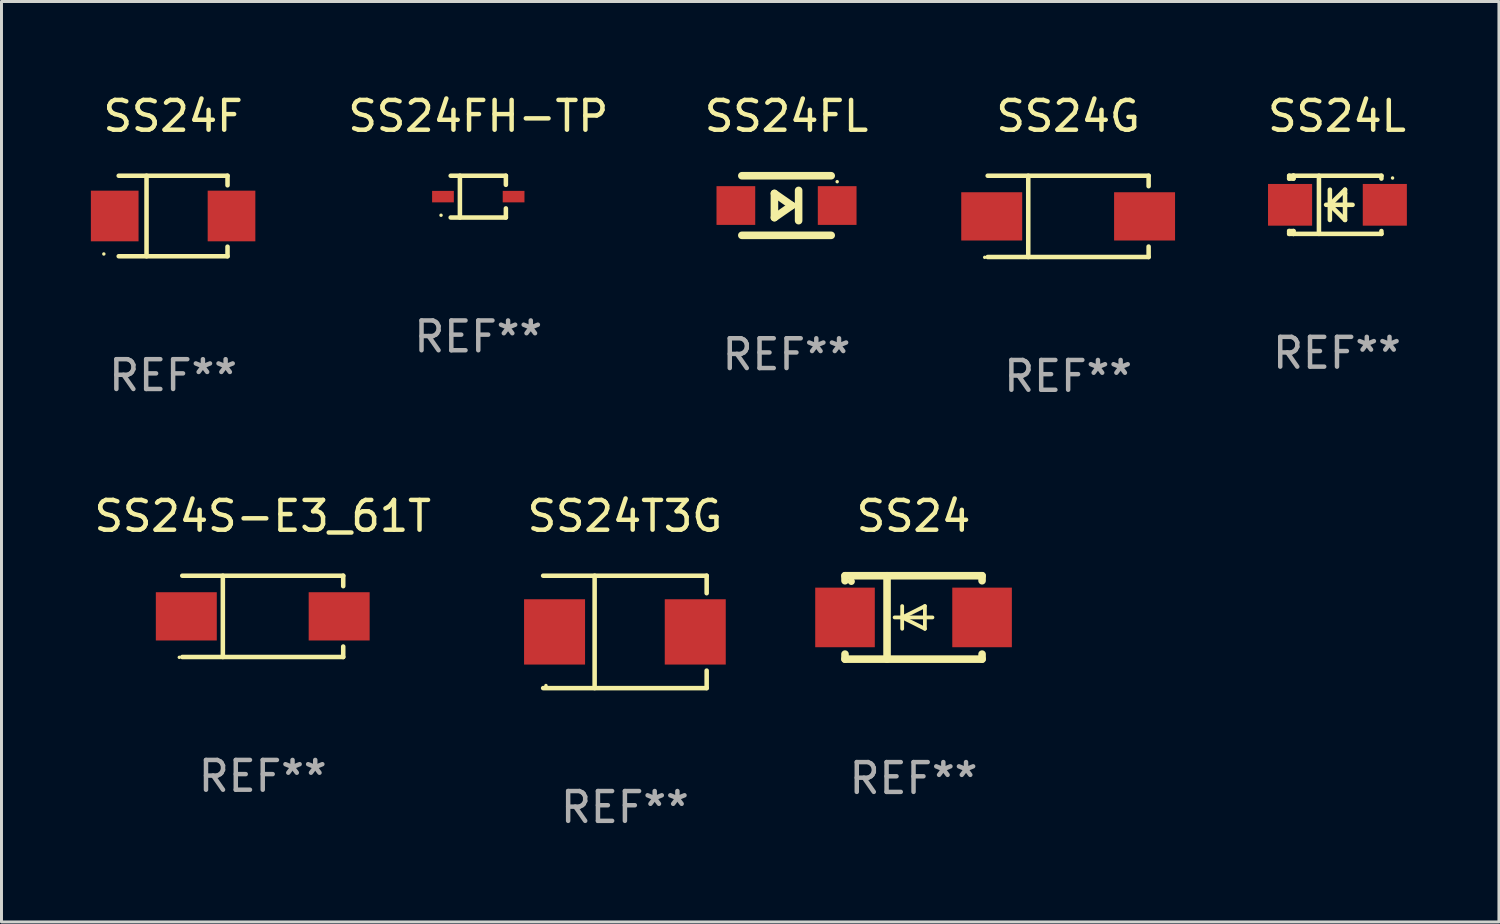
<source format=kicad_pcb>
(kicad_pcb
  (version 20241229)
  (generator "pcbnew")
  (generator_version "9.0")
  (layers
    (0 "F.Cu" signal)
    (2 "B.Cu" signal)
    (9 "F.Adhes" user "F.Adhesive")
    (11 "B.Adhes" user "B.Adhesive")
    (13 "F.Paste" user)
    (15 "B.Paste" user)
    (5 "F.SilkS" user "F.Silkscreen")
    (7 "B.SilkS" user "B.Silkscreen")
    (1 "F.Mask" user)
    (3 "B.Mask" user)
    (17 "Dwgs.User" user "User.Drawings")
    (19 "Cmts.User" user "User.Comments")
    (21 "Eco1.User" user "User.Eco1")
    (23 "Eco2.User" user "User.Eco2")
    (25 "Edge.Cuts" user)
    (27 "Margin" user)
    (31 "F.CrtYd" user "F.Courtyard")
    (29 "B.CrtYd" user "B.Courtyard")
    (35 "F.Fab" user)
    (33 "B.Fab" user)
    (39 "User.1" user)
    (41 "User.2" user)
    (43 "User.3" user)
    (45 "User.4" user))
  (footprint "SS24"
    (layer "F.Cu")
    (at 27.61 17.672)
    (property "Reference" "SS24" (at 0 -3.4 0) (layer "F.SilkS") (effects (font (size 1 1) (thickness 0.15))))
    (attr through_hole)
    (fp_line (start -2.3 -1.4) (end -2.3 -1.231) (stroke (width 0.254) (type solid)) (layer "F.SilkS"))
    (fp_line (start -2.3 -1.4) (end 2.3 -1.4) (stroke (width 0.254) (type solid)) (layer "F.SilkS"))
    (fp_line (start -2.3 1.231) (end -2.3 1.4) (stroke (width 0.254) (type solid)) (layer "F.SilkS"))
    (fp_line (start -2.3 1.4) (end 2.3 1.4) (stroke (width 0.254) (type solid)) (layer "F.SilkS"))
    (fp_line (start -0.889 1.4) (end -0.889 -1.4) (stroke (width 0.254) (type solid)) (layer "F.SilkS"))
    (fp_line (start -0.381 0) (end -0.381 -0.381) (stroke (width 0.127) (type solid)) (layer "F.SilkS"))
    (fp_line (start -0.381 0) (end -0.381 0.381) (stroke (width 0.127) (type solid)) (layer "F.SilkS"))
    (fp_line (start 0.381 -0.381) (end -0.381 0) (stroke (width 0.127) (type solid)) (layer "F.SilkS"))
    (fp_line (start 0.381 0) (end 0.381 -0.381) (stroke (width 0.127) (type solid)) (layer "F.SilkS"))
    (fp_line (start 0.381 0) (end 0.381 0.381) (stroke (width 0.127) (type solid)) (layer "F.SilkS"))
    (fp_line (start 0.381 0.381) (end -0.381 0) (stroke (width 0.127) (type solid)) (layer "F.SilkS"))
    (fp_line (start 0.635 0) (end -0.635 0) (stroke (width 0.127) (type solid)) (layer "F.SilkS"))
    (fp_line (start 2.3 -1.4) (end 2.3 -1.231) (stroke (width 0.254) (type solid)) (layer "F.SilkS"))
    (fp_line (start 2.3 1.231) (end 2.3 1.4) (stroke (width 0.254) (type solid)) (layer "F.SilkS"))
    (fp_circle (center -2.088 -1.208) (end -2.028 -1.208) (stroke (width 0.12) (type solid)) (fill no) (layer "F.SilkS"))
    (fp_text user "REF**" (at 0 5.4 0) (layer "F.Fab") (effects (font (size 1 1) (thickness 0.15))))
    (pad "1" smd rect (at -2.3 0 180) (size 2 2) (layers "F.Cu" "F.Mask" "F.Paste"))
    (pad "2" smd rect (at 2.3 0 180) (size 2 2) (layers "F.Cu" "F.Mask" "F.Paste")))
  (footprint "SS24G"
    (layer "F.Cu")
    (at 32.799 4.212)
    (property "Reference" "SS24G" (at 0 -3.364 0) (layer "F.SilkS") (effects (font (size 1 1) (thickness 0.15))))
    (attr through_hole)
    (fp_line (start -2.701 -1.364) (end 2.701 -1.364) (stroke (width 0.152) (type solid)) (layer "F.SilkS"))
    (fp_line (start -2.701 1.364) (end 2.701 1.364) (stroke (width 0.152) (type solid)) (layer "F.SilkS"))
    (fp_line (start -1.339 -1.364) (end -1.339 1.364) (stroke (width 0.152) (type solid)) (layer "F.SilkS"))
    (fp_line (start 2.701 -1.364) (end 2.701 -1.013) (stroke (width 0.152) (type solid)) (layer "F.SilkS"))
    (fp_line (start 2.701 1.364) (end 2.701 1.013) (stroke (width 0.152) (type solid)) (layer "F.SilkS"))
    (fp_circle (center -2.8 1.375) (end -2.77 1.375) (stroke (width 0.06) (type solid)) (fill no) (layer "F.SilkS"))
    (fp_text user "REF**" (at 0 5.364 0) (layer "F.Fab") (effects (font (size 1 1) (thickness 0.15))))
    (pad "1" smd rect (at -2.565 -0.000025) (size 2.046 1.62) (layers "F.Cu" "F.Mask" "F.Paste"))
    (pad "2" smd rect (at 2.565 -0.000025) (size 2.046 1.62) (layers "F.Cu" "F.Mask" "F.Paste")))
  (footprint "SS24F"
    (layer "F.Cu")
    (at 2.76 4.199)
    (property "Reference" "SS24F" (at 0 -3.351 0) (layer "F.SilkS") (effects (font (size 1 1) (thickness 0.15))))
    (attr through_hole)
    (fp_line (start -1.826 -1.351) (end 1.826 -1.351) (stroke (width 0.152) (type solid)) (layer "F.SilkS"))
    (fp_line (start -1.826 1.351) (end 1.826 1.351) (stroke (width 0.152) (type solid)) (layer "F.SilkS"))
    (fp_line (start -0.892 -1.351) (end -0.892 1.351) (stroke (width 0.152) (type solid)) (layer "F.SilkS"))
    (fp_line (start 1.826 -1.351) (end 1.826 -1.03) (stroke (width 0.152) (type solid)) (layer "F.SilkS"))
    (fp_line (start 1.826 1.03) (end 1.826 1.351) (stroke (width 0.152) (type solid)) (layer "F.SilkS"))
    (fp_circle (center -2.325 1.275) (end -2.295 1.275) (stroke (width 0.06) (type solid)) (fill no) (layer "F.SilkS"))
    (fp_text user "REF**" (at 0 5.351 0) (layer "F.Fab") (effects (font (size 1 1) (thickness 0.15))))
    (pad "1" smd rect (at -1.96 0 180) (size 1.6 1.7) (layers "F.Cu" "F.Mask" "F.Paste"))
    (pad "2" smd rect (at 1.96 0 180) (size 1.6 1.7) (layers "F.Cu" "F.Mask" "F.Paste")))
  (footprint "SS24L"
    (layer "F.Cu")
    (at 41.822 3.824)
    (property "Reference" "SS24L" (at 0 -2.976 0) (layer "F.SilkS") (effects (font (size 1 1) (thickness 0.15))))
    (attr through_hole)
    (fp_line (start -1.605 -0.976) (end -1.461 -0.976) (stroke (width 0.152) (type solid)) (layer "F.SilkS"))
    (fp_line (start -1.605 -0.88) (end -1.605 -0.976) (stroke (width 0.152) (type solid)) (layer "F.SilkS"))
    (fp_line (start -1.605 -0.88) (end -1.461 -0.88) (stroke (width 0.152) (type solid)) (layer "F.SilkS"))
    (fp_line (start -1.605 0.88) (end -1.461 0.88) (stroke (width 0.152) (type solid)) (layer "F.SilkS"))
    (fp_line (start -1.605 0.976) (end -1.605 0.88) (stroke (width 0.152) (type solid)) (layer "F.SilkS"))
    (fp_line (start -1.461 -0.976) (end -1.461 -0.976) (stroke (width 0.152) (type solid)) (layer "F.SilkS"))
    (fp_line (start -1.461 -0.976) (end -1.461 -0.88) (stroke (width 0.152) (type solid)) (layer "F.SilkS"))
    (fp_line (start -1.461 0.88) (end -1.461 0.976) (stroke (width 0.152) (type solid)) (layer "F.SilkS"))
    (fp_line (start -1.461 0.976) (end -1.605 0.976) (stroke (width 0.152) (type solid)) (layer "F.SilkS"))
    (fp_line (start -0.606 0.976) (end -0.606 -0.976) (stroke (width 0.152) (type solid)) (layer "F.SilkS"))
    (fp_line (start -0.239 0.508) (end -0.239 -0.508) (stroke (width 0.152) (type solid)) (layer "F.SilkS"))
    (fp_line (start -0.194 0) (end -0.194 0.045) (stroke (width 0.152) (type solid)) (layer "F.SilkS"))
    (fp_line (start -0.194 0.045) (end 0.269 0.508) (stroke (width 0.152) (type solid)) (layer "F.SilkS"))
    (fp_line (start 0.269 -0.508) (end -0.239 0) (stroke (width 0.152) (type solid)) (layer "F.SilkS"))
    (fp_line (start 0.269 -0.381) (end 0.269 -0.508) (stroke (width 0.152) (type solid)) (layer "F.SilkS"))
    (fp_line (start 0.269 0.508) (end 0.269 -0.381) (stroke (width 0.152) (type solid)) (layer "F.SilkS"))
    (fp_line (start 0.523 0) (end -0.366 0) (stroke (width 0.152) (type solid)) (layer "F.SilkS"))
    (fp_line (start 1.491 -0.976) (end -1.461 -0.976) (stroke (width 0.152) (type solid)) (layer "F.SilkS"))
    (fp_line (start 1.491 -0.88) (end 1.491 -0.976) (stroke (width 0.152) (type solid)) (layer "F.SilkS"))
    (fp_line (start 1.491 0.976) (end -1.461 0.976) (stroke (width 0.152) (type solid)) (layer "F.SilkS"))
    (fp_line (start 1.491 0.976) (end 1.491 0.88) (stroke (width 0.152) (type solid)) (layer "F.SilkS"))
    (fp_circle (center 1.865 -0.9) (end 1.895 -0.9) (stroke (width 0.06) (type solid)) (fill no) (layer "F.SilkS"))
    (fp_text user "REF**" (at 0 4.976 0) (layer "F.Fab") (effects (font (size 1 1) (thickness 0.15))))
    (pad "1" smd rect (at 1.605 0 180) (size 1.48 1.4) (layers "F.Cu" "F.Mask" "F.Paste"))
    (pad "2" smd rect (at -1.575 0 180) (size 1.48 1.4) (layers "F.Cu" "F.Mask" "F.Paste")))
  (footprint "SS24T3G"
    (layer "F.Cu")
    (at 17.923 18.158)
    (property "Reference" "SS24T3G" (at 0 -3.886 0) (layer "F.SilkS") (effects (font (size 1 1) (thickness 0.15))))
    (attr through_hole)
    (fp_line (start -2.744 -1.886) (end 2.744 -1.886) (stroke (width 0.152) (type solid)) (layer "F.SilkS"))
    (fp_line (start -2.744 1.886) (end 2.744 1.886) (stroke (width 0.152) (type solid)) (layer "F.SilkS"))
    (fp_line (start -1.016 -1.886) (end -1.016 1.886) (stroke (width 0.152) (type solid)) (layer "F.SilkS"))
    (fp_line (start 2.744 -1.886) (end 2.744 -1.299) (stroke (width 0.152) (type solid)) (layer "F.SilkS"))
    (fp_line (start 2.744 1.886) (end 2.744 1.299) (stroke (width 0.152) (type solid)) (layer "F.SilkS"))
    (fp_circle (center -2.65 1.8) (end -2.62 1.8) (stroke (width 0.06) (type solid)) (fill no) (layer "F.SilkS"))
    (fp_text user "REF**" (at 0 5.886 0) (layer "F.Fab") (effects (font (size 1 1) (thickness 0.15))))
    (pad "1" smd rect (at -2.361 0) (size 2.047 2.192) (layers "F.Cu" "F.Mask" "F.Paste"))
    (pad "2" smd rect (at 2.361 0) (size 2.047 2.192) (layers "F.Cu" "F.Mask" "F.Paste")))
  (footprint "SS24S-E3_61T"
    (layer "F.Cu")
    (at 5.768 17.636)
    (property "Reference" "SS24S-E3_61T" (at 0 -3.364 0) (layer "F.SilkS") (effects (font (size 1 1) (thickness 0.15))))
    (attr through_hole)
    (fp_line (start -2.701 -1.364) (end 2.701 -1.364) (stroke (width 0.152) (type solid)) (layer "F.SilkS"))
    (fp_line (start -2.701 1.364) (end 2.701 1.364) (stroke (width 0.152) (type solid)) (layer "F.SilkS"))
    (fp_line (start -1.339 -1.364) (end -1.339 1.364) (stroke (width 0.152) (type solid)) (layer "F.SilkS"))
    (fp_line (start 2.701 -1.364) (end 2.701 -1.013) (stroke (width 0.152) (type solid)) (layer "F.SilkS"))
    (fp_line (start 2.701 1.364) (end 2.701 1.013) (stroke (width 0.152) (type solid)) (layer "F.SilkS"))
    (fp_circle (center -2.8 1.375) (end -2.77 1.375) (stroke (width 0.06) (type solid)) (fill no) (layer "F.SilkS"))
    (fp_text user "REF**" (at 0 5.364 0) (layer "F.Fab") (effects (font (size 1 1) (thickness 0.15))))
    (pad "1" smd rect (at -2.565 -0.000025) (size 2.046 1.62) (layers "F.Cu" "F.Mask" "F.Paste"))
    (pad "2" smd rect (at 2.565 -0.000025) (size 2.046 1.62) (layers "F.Cu" "F.Mask" "F.Paste")))
  (footprint "SS24FH-TP"
    (layer "F.Cu")
    (at 13.002 3.549)
    (property "Reference" "SS24FH-TP" (at 0 -2.701 0) (layer "F.SilkS") (effects (font (size 1 1) (thickness 0.15))))
    (attr through_hole)
    (fp_line (start -0.926 -0.701) (end 0.926 -0.701) (stroke (width 0.152) (type solid)) (layer "F.SilkS"))
    (fp_line (start -0.926 0.701) (end 0.926 0.701) (stroke (width 0.152) (type solid)) (layer "F.SilkS"))
    (fp_line (start -0.617 -0.701) (end -0.617 0.701) (stroke (width 0.152) (type solid)) (layer "F.SilkS"))
    (fp_line (start 0.926 -0.701) (end 0.926 -0.396) (stroke (width 0.152) (type solid)) (layer "F.SilkS"))
    (fp_line (start 0.926 0.701) (end 0.926 0.396) (stroke (width 0.152) (type solid)) (layer "F.SilkS"))
    (fp_circle (center -1.25 0.625) (end -1.22 0.625) (stroke (width 0.06) (type solid)) (fill no) (layer "F.SilkS"))
    (fp_text user "REF**" (at 0 4.701 0) (layer "F.Fab") (effects (font (size 1 1) (thickness 0.15))))
    (pad "1" smd rect (at -1.185 0 180) (size 0.73 0.385) (layers "F.Cu" "F.Mask" "F.Paste"))
    (pad "2" smd rect (at 1.185 0 180) (size 0.73 0.385) (layers "F.Cu" "F.Mask" "F.Paste")))
  (footprint "SS24FL"
    (layer "F.Cu")
    (at 23.347 3.848)
    (property "Reference" "SS24FL" (at 0 -3 0) (layer "F.SilkS") (effects (font (size 1 1) (thickness 0.15))))
    (attr through_hole)
    (fp_line (start -1.5 -1) (end 1.5 -1) (stroke (width 0.254) (type solid)) (layer "F.SilkS"))
    (fp_line (start -0.406 -0.406) (end 0.178 0) (stroke (width 0.254) (type solid)) (layer "F.SilkS"))
    (fp_line (start -0.406 0.406) (end -0.406 -0.406) (stroke (width 0.254) (type solid)) (layer "F.SilkS"))
    (fp_line (start 0.178 0) (end -0.406 0.406) (stroke (width 0.254) (type solid)) (layer "F.SilkS"))
    (fp_line (start 0.406 0.508) (end 0.406 -0.508) (stroke (width 0.254) (type solid)) (layer "F.SilkS"))
    (fp_line (start 1.5 1) (end -1.5 1) (stroke (width 0.254) (type solid)) (layer "F.SilkS"))
    (fp_circle (center 1.7 -0.8) (end 1.73 -0.8) (stroke (width 0.06) (type solid)) (fill no) (layer "F.SilkS"))
    (fp_text user "REF**" (at 0 5 0) (layer "F.Fab") (effects (font (size 1 1) (thickness 0.15))))
    (pad "1" smd rect (at 1.7 0 180) (size 1.3 1.3) (layers "F.Cu" "F.Mask" "F.Paste"))
    (pad "2" smd rect (at -1.7 0 180) (size 1.3 1.3) (layers "F.Cu" "F.Mask" "F.Paste")))
  (gr_rect
    (start -3 -3)
    (end 47.257 27.893)
    (stroke (width 0.1) (type default))
    (fill no)
    (layer "Edge.Cuts")))
</source>
